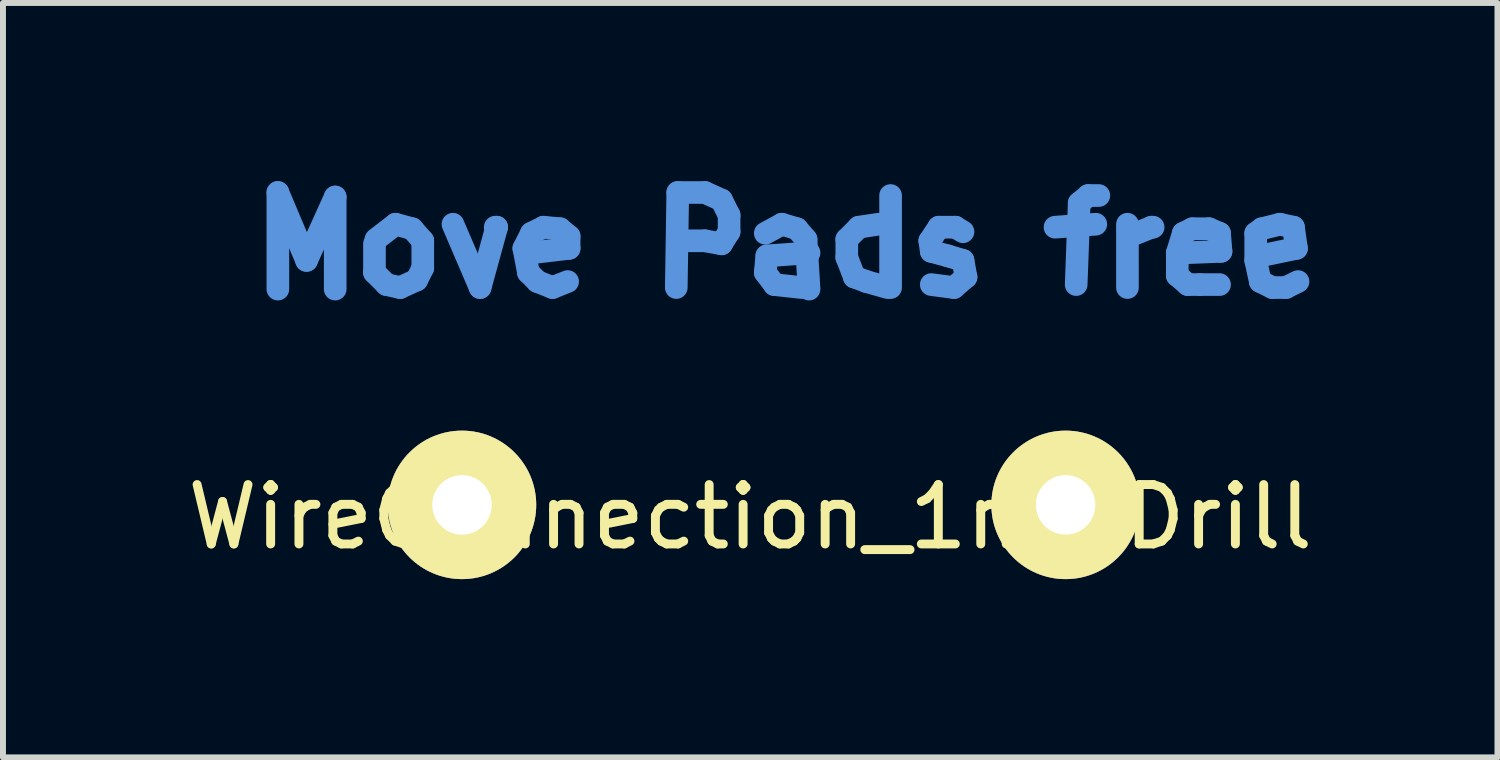
<source format=kicad_pcb>
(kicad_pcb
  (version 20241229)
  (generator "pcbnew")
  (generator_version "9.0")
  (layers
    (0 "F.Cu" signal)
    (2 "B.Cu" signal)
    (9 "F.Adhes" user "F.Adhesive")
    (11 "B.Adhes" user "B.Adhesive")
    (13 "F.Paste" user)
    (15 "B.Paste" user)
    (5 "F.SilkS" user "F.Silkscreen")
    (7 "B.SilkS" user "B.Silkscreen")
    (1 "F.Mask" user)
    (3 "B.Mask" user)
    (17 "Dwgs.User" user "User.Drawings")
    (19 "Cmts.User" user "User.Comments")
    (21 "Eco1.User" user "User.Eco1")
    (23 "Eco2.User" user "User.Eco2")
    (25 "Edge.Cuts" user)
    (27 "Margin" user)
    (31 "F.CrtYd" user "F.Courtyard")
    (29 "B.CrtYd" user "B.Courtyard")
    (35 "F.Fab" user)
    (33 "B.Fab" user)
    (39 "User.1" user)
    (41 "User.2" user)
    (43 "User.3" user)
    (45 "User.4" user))
  (footprint "WireConnection_1mmDrill"
    (layer "F.Cu")
    (at 9.806 5.448)
    (property "Reference" "WireConnection_1mmDrill" (at -0.229 0.203 0) (layer "F.SilkS") (effects (font (size 1 1) (thickness 0.15))))
    (attr through_hole)
    (fp_line (start -8.179 -5.258) (end -7.696 -4.115) (stroke (width 0.381) (type solid)) (layer "Cmts.User"))
    (fp_line (start -8.179 -3.632) (end -8.179 -5.258) (stroke (width 0.381) (type solid)) (layer "Cmts.User"))
    (fp_line (start -7.696 -4.115) (end -7.214 -5.182) (stroke (width 0.381) (type solid)) (layer "Cmts.User"))
    (fp_line (start -7.214 -5.182) (end -7.214 -3.632) (stroke (width 0.381) (type solid)) (layer "Cmts.User"))
    (fp_line (start -6.553 -4.394) (end -6.553 -3.912) (stroke (width 0.381) (type solid)) (layer "Cmts.User"))
    (fp_line (start -6.553 -3.912) (end -6.35 -3.708) (stroke (width 0.381) (type solid)) (layer "Cmts.User"))
    (fp_line (start -6.35 -3.708) (end -6.121 -3.658) (stroke (width 0.381) (type solid)) (layer "Cmts.User"))
    (fp_line (start -6.198 -4.724) (end -6.528 -4.47) (stroke (width 0.381) (type solid)) (layer "Cmts.User"))
    (fp_line (start -6.121 -3.658) (end -5.842 -3.785) (stroke (width 0.381) (type solid)) (layer "Cmts.User"))
    (fp_line (start -5.918 -4.648) (end -6.198 -4.724) (stroke (width 0.381) (type solid)) (layer "Cmts.User"))
    (fp_line (start -5.842 -3.785) (end -5.74 -3.988) (stroke (width 0.381) (type solid)) (layer "Cmts.User"))
    (fp_line (start -5.74 -4.445) (end -5.918 -4.648) (stroke (width 0.381) (type solid)) (layer "Cmts.User"))
    (fp_line (start -5.74 -3.988) (end -5.74 -4.445) (stroke (width 0.381) (type solid)) (layer "Cmts.User"))
    (fp_line (start -5.232 -4.724) (end -4.775 -3.658) (stroke (width 0.381) (type solid)) (layer "Cmts.User"))
    (fp_line (start -4.775 -3.658) (end -4.496 -4.674) (stroke (width 0.381) (type solid)) (layer "Cmts.User"))
    (fp_line (start -4.496 -4.674) (end -4.521 -4.674) (stroke (width 0.381) (type solid)) (layer "Cmts.User"))
    (fp_line (start -4.039 -4.318) (end -3.912 -4.572) (stroke (width 0.381) (type solid)) (layer "Cmts.User"))
    (fp_line (start -3.962 -3.912) (end -4.039 -4.318) (stroke (width 0.381) (type solid)) (layer "Cmts.User"))
    (fp_line (start -3.912 -4.572) (end -3.708 -4.674) (stroke (width 0.381) (type solid)) (layer "Cmts.User"))
    (fp_line (start -3.81 -3.759) (end -3.962 -3.912) (stroke (width 0.381) (type solid)) (layer "Cmts.User"))
    (fp_line (start -3.708 -4.674) (end -3.429 -4.648) (stroke (width 0.381) (type solid)) (layer "Cmts.User"))
    (fp_line (start -3.556 -3.658) (end -3.81 -3.759) (stroke (width 0.381) (type solid)) (layer "Cmts.User"))
    (fp_line (start -3.429 -4.648) (end -3.277 -4.521) (stroke (width 0.381) (type solid)) (layer "Cmts.User"))
    (fp_line (start -3.302 -3.759) (end -3.556 -3.658) (stroke (width 0.381) (type solid)) (layer "Cmts.User"))
    (fp_line (start -3.277 -4.521) (end -3.277 -4.318) (stroke (width 0.381) (type solid)) (layer "Cmts.User"))
    (fp_line (start -3.277 -4.318) (end -3.912 -4.242) (stroke (width 0.381) (type solid)) (layer "Cmts.User"))
    (fp_line (start -1.473 -3.658) (end -1.448 -5.258) (stroke (width 0.381) (type solid)) (layer "Cmts.User"))
    (fp_line (start -1.448 -5.258) (end -0.991 -5.258) (stroke (width 0.381) (type solid)) (layer "Cmts.User"))
    (fp_line (start -0.991 -5.258) (end -0.711 -5.131) (stroke (width 0.381) (type solid)) (layer "Cmts.User"))
    (fp_line (start -0.991 -4.445) (end -1.448 -4.445) (stroke (width 0.381) (type solid)) (layer "Cmts.User"))
    (fp_line (start -0.711 -5.131) (end -0.584 -4.877) (stroke (width 0.381) (type solid)) (layer "Cmts.User"))
    (fp_line (start -0.711 -4.394) (end -0.991 -4.445) (stroke (width 0.381) (type solid)) (layer "Cmts.User"))
    (fp_line (start -0.584 -4.877) (end -0.584 -4.597) (stroke (width 0.381) (type solid)) (layer "Cmts.User"))
    (fp_line (start -0.584 -4.597) (end -0.711 -4.394) (stroke (width 0.381) (type solid)) (layer "Cmts.User"))
    (fp_line (start 0.025 -4.572) (end 0.305 -4.724) (stroke (width 0.381) (type solid)) (layer "Cmts.User"))
    (fp_line (start 0.025 -3.912) (end 0.051 -4.191) (stroke (width 0.381) (type solid)) (layer "Cmts.User"))
    (fp_line (start 0.051 -4.191) (end 0.762 -4.242) (stroke (width 0.381) (type solid)) (layer "Cmts.User"))
    (fp_line (start 0.178 -3.708) (end 0.025 -3.912) (stroke (width 0.381) (type solid)) (layer "Cmts.User"))
    (fp_line (start 0.305 -4.724) (end 0.559 -4.648) (stroke (width 0.381) (type solid)) (layer "Cmts.User"))
    (fp_line (start 0.559 -4.648) (end 0.711 -4.47) (stroke (width 0.381) (type solid)) (layer "Cmts.User"))
    (fp_line (start 0.635 -3.658) (end 0.178 -3.708) (stroke (width 0.381) (type solid)) (layer "Cmts.User"))
    (fp_line (start 0.711 -4.47) (end 0.762 -3.632) (stroke (width 0.381) (type solid)) (layer "Cmts.User"))
    (fp_line (start 1.397 -4.47) (end 1.6 -4.674) (stroke (width 0.381) (type solid)) (layer "Cmts.User"))
    (fp_line (start 1.397 -4.166) (end 1.397 -4.47) (stroke (width 0.381) (type solid)) (layer "Cmts.User"))
    (fp_line (start 1.524 -3.835) (end 1.397 -4.166) (stroke (width 0.381) (type solid)) (layer "Cmts.User"))
    (fp_line (start 1.6 -4.674) (end 1.93 -4.724) (stroke (width 0.381) (type solid)) (layer "Cmts.User"))
    (fp_line (start 1.727 -3.759) (end 1.524 -3.835) (stroke (width 0.381) (type solid)) (layer "Cmts.User"))
    (fp_line (start 2.083 -3.658) (end 1.727 -3.759) (stroke (width 0.381) (type solid)) (layer "Cmts.User"))
    (fp_line (start 2.134 -5.207) (end 2.134 -3.658) (stroke (width 0.381) (type solid)) (layer "Cmts.User"))
    (fp_line (start 2.794 -4.445) (end 2.819 -4.267) (stroke (width 0.381) (type solid)) (layer "Cmts.User"))
    (fp_line (start 2.819 -4.267) (end 3.099 -4.191) (stroke (width 0.381) (type solid)) (layer "Cmts.User"))
    (fp_line (start 2.946 -4.674) (end 2.794 -4.445) (stroke (width 0.381) (type solid)) (layer "Cmts.User"))
    (fp_line (start 3.099 -4.191) (end 3.353 -4.115) (stroke (width 0.381) (type solid)) (layer "Cmts.User"))
    (fp_line (start 3.2 -3.658) (end 2.819 -3.708) (stroke (width 0.381) (type solid)) (layer "Cmts.User"))
    (fp_line (start 3.226 -4.674) (end 2.946 -4.674) (stroke (width 0.381) (type solid)) (layer "Cmts.User"))
    (fp_line (start 3.353 -4.597) (end 3.226 -4.674) (stroke (width 0.381) (type solid)) (layer "Cmts.User"))
    (fp_line (start 3.353 -4.115) (end 3.404 -3.835) (stroke (width 0.381) (type solid)) (layer "Cmts.User"))
    (fp_line (start 3.404 -3.835) (end 3.2 -3.658) (stroke (width 0.381) (type solid)) (layer "Cmts.User"))
    (fp_line (start 4.902 -4.674) (end 5.588 -4.724) (stroke (width 0.381) (type solid)) (layer "Cmts.User"))
    (fp_line (start 5.309 -5.08) (end 5.258 -3.708) (stroke (width 0.381) (type solid)) (layer "Cmts.User"))
    (fp_line (start 5.461 -5.207) (end 5.309 -5.08) (stroke (width 0.381) (type solid)) (layer "Cmts.User"))
    (fp_line (start 5.639 -5.207) (end 5.461 -5.207) (stroke (width 0.381) (type solid)) (layer "Cmts.User"))
    (fp_line (start 6.121 -4.724) (end 6.121 -3.658) (stroke (width 0.381) (type solid)) (layer "Cmts.User"))
    (fp_line (start 6.147 -4.521) (end 6.528 -4.674) (stroke (width 0.381) (type solid)) (layer "Cmts.User"))
    (fp_line (start 6.528 -4.674) (end 6.553 -4.674) (stroke (width 0.381) (type solid)) (layer "Cmts.User"))
    (fp_line (start 6.96 -4.242) (end 7.061 -4.572) (stroke (width 0.381) (type solid)) (layer "Cmts.User"))
    (fp_line (start 6.96 -3.861) (end 6.96 -4.242) (stroke (width 0.381) (type solid)) (layer "Cmts.User"))
    (fp_line (start 7.061 -4.572) (end 7.214 -4.648) (stroke (width 0.381) (type solid)) (layer "Cmts.User"))
    (fp_line (start 7.137 -3.708) (end 6.96 -3.861) (stroke (width 0.381) (type solid)) (layer "Cmts.User"))
    (fp_line (start 7.214 -4.648) (end 7.493 -4.648) (stroke (width 0.381) (type solid)) (layer "Cmts.User"))
    (fp_line (start 7.341 -3.708) (end 7.137 -3.708) (stroke (width 0.381) (type solid)) (layer "Cmts.User"))
    (fp_line (start 7.493 -4.648) (end 7.671 -4.572) (stroke (width 0.381) (type solid)) (layer "Cmts.User"))
    (fp_line (start 7.671 -4.572) (end 7.696 -4.267) (stroke (width 0.381) (type solid)) (layer "Cmts.User"))
    (fp_line (start 7.671 -3.708) (end 7.341 -3.708) (stroke (width 0.381) (type solid)) (layer "Cmts.User"))
    (fp_line (start 7.696 -4.267) (end 7.061 -4.242) (stroke (width 0.381) (type solid)) (layer "Cmts.User"))
    (fp_line (start 8.28 -4.572) (end 8.382 -4.648) (stroke (width 0.381) (type solid)) (layer "Cmts.User"))
    (fp_line (start 8.28 -4.115) (end 8.28 -4.572) (stroke (width 0.381) (type solid)) (layer "Cmts.User"))
    (fp_line (start 8.357 -4.191) (end 8.357 -4.242) (stroke (width 0.381) (type solid)) (layer "Cmts.User"))
    (fp_line (start 8.357 -3.759) (end 8.28 -4.115) (stroke (width 0.381) (type solid)) (layer "Cmts.User"))
    (fp_line (start 8.382 -4.648) (end 8.687 -4.724) (stroke (width 0.381) (type solid)) (layer "Cmts.User"))
    (fp_line (start 8.56 -3.658) (end 8.357 -3.759) (stroke (width 0.381) (type solid)) (layer "Cmts.User"))
    (fp_line (start 8.687 -4.724) (end 8.915 -4.674) (stroke (width 0.381) (type solid)) (layer "Cmts.User"))
    (fp_line (start 8.788 -3.658) (end 8.56 -3.658) (stroke (width 0.381) (type solid)) (layer "Cmts.User"))
    (fp_line (start 8.915 -4.674) (end 8.966 -4.318) (stroke (width 0.381) (type solid)) (layer "Cmts.User"))
    (fp_line (start 8.966 -4.318) (end 8.357 -4.191) (stroke (width 0.381) (type solid)) (layer "Cmts.User"))
    (fp_line (start 8.992 -3.759) (end 8.788 -3.658) (stroke (width 0.381) (type solid)) (layer "Cmts.User"))
    (pad "1" thru_hole circle (at -5.08 0) (size 2.499 2.499) (drill 1.001) (layers "*.Cu" "*.Mask" "F.SilkS"))
    (pad "2" thru_hole circle (at 5.08 0) (size 2.499 2.499) (drill 1.001) (layers "*.Cu" "*.Mask" "F.SilkS")))
  (gr_rect
    (start -3 -3)
    (end 22.155 9.698)
    (stroke (width 0.1) (type default))
    (fill no)
    (layer "Edge.Cuts")))
</source>
